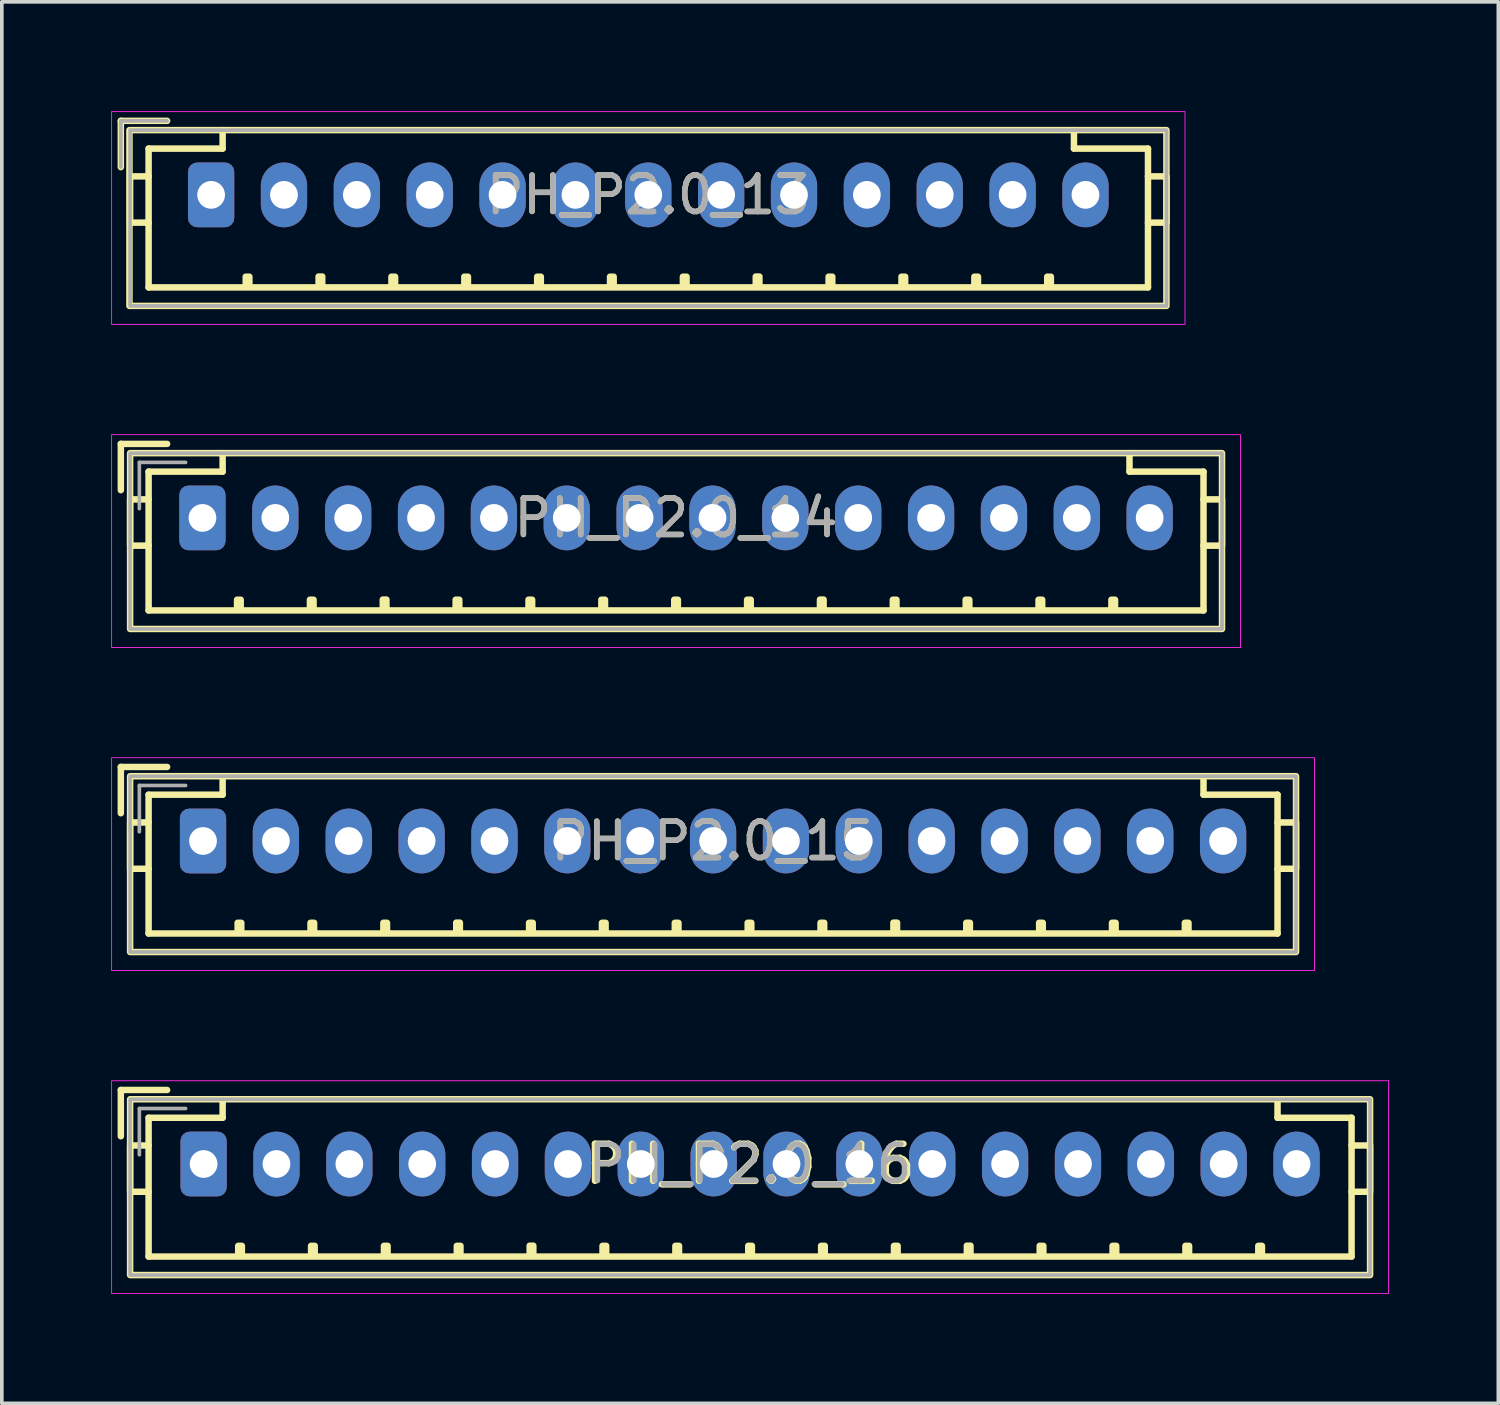
<source format=kicad_pcb>
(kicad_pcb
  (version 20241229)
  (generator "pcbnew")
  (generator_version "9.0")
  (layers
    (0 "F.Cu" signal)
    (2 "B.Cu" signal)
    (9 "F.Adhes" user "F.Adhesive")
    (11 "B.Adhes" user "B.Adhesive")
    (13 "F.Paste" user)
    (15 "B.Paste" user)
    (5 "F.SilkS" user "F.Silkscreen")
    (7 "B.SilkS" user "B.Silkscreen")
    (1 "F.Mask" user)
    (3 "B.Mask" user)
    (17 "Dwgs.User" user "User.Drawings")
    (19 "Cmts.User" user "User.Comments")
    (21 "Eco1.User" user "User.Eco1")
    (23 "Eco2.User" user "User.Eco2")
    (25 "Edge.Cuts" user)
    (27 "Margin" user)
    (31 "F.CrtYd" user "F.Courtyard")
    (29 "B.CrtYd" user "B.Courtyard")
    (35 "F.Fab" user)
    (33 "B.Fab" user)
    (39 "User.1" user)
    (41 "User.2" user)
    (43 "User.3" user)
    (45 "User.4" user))
  (footprint "PH_P2.0_14"
    (layer "F.Cu")
    (at 15.507 11.166)
    (property "Reference" "PH_P2.0_14" (at 0 0 0) (layer "F.SilkS") (effects (font (size 1 1) (thickness 0.15))))
    (attr through_hole)
    (fp_line (start -15.24 -2.032) (end -15.24 -0.762) (stroke (width 0.178) (type solid)) (layer "F.SilkS"))
    (fp_line (start -15.24 -2.032) (end -13.97 -2.032) (stroke (width 0.178) (type solid)) (layer "F.SilkS"))
    (fp_line (start -14.478 -1.27) (end -14.478 -0.508) (stroke (width 0.178) (type solid)) (layer "F.SilkS"))
    (fp_line (start -14.478 0.762) (end -14.478 2.54) (stroke (width 0.178) (type solid)) (layer "F.SilkS"))
    (fp_line (start -12.446 -1.778) (end -12.446 -1.27) (stroke (width 0.178) (type solid)) (layer "F.SilkS"))
    (fp_line (start -12.446 -1.27) (end -14.478 -1.27) (stroke (width 0.178) (type solid)) (layer "F.SilkS"))
    (fp_line (start 12.446 -1.778) (end 12.446 -1.27) (stroke (width 0.178) (type solid)) (layer "F.SilkS"))
    (fp_line (start 12.446 -1.27) (end 14.478 -1.27) (stroke (width 0.178) (type solid)) (layer "F.SilkS"))
    (fp_line (start 14.478 -1.27) (end 14.478 -0.508) (stroke (width 0.178) (type solid)) (layer "F.SilkS"))
    (fp_line (start 14.478 0.762) (end 14.478 2.54) (stroke (width 0.178) (type solid)) (layer "F.SilkS"))
    (fp_line (start 14.478 2.54) (end -14.478 2.54) (stroke (width 0.178) (type solid)) (layer "F.SilkS"))
    (fp_rect (start -14.986 -1.778) (end 14.986 3.048) (stroke (width 0.178) (type solid)) (fill no) (layer "F.SilkS"))
    (fp_rect (start -14.986 -0.508) (end -14.478 0.762) (stroke (width 0.178) (type solid)) (fill no) (layer "F.SilkS"))
    (fp_rect (start -12.05 2.246) (end -11.95 2.5) (stroke (width 0.178) (type solid)) (fill no) (layer "F.SilkS"))
    (fp_rect (start -10.05 2.246) (end -9.95 2.5) (stroke (width 0.178) (type solid)) (fill no) (layer "F.SilkS"))
    (fp_rect (start -8.05 2.242) (end -7.95 2.496) (stroke (width 0.178) (type solid)) (fill no) (layer "F.SilkS"))
    (fp_rect (start -6.05 2.246) (end -5.95 2.5) (stroke (width 0.178) (type solid)) (fill no) (layer "F.SilkS"))
    (fp_rect (start -4.05 2.246) (end -3.95 2.5) (stroke (width 0.178) (type solid)) (fill no) (layer "F.SilkS"))
    (fp_rect (start -2.05 2.246) (end -1.95 2.5) (stroke (width 0.178) (type solid)) (fill no) (layer "F.SilkS"))
    (fp_rect (start -0.05 2.246) (end 0.05 2.5) (stroke (width 0.178) (type solid)) (fill no) (layer "F.SilkS"))
    (fp_rect (start 1.95 2.246) (end 2.05 2.5) (stroke (width 0.178) (type solid)) (fill no) (layer "F.SilkS"))
    (fp_rect (start 3.95 2.242) (end 4.05 2.496) (stroke (width 0.178) (type solid)) (fill no) (layer "F.SilkS"))
    (fp_rect (start 5.95 2.246) (end 6.05 2.5) (stroke (width 0.178) (type solid)) (fill no) (layer "F.SilkS"))
    (fp_rect (start 7.95 2.246) (end 8.05 2.5) (stroke (width 0.178) (type solid)) (fill no) (layer "F.SilkS"))
    (fp_rect (start 9.95 2.246) (end 10.05 2.5) (stroke (width 0.178) (type solid)) (fill no) (layer "F.SilkS"))
    (fp_rect (start 11.95 2.246) (end 12.05 2.5) (stroke (width 0.178) (type solid)) (fill no) (layer "F.SilkS"))
    (fp_rect (start 14.478 -0.508) (end 14.986 0.762) (stroke (width 0.178) (type solid)) (fill no) (layer "F.SilkS"))
    (fp_rect (start -15.494 -2.286) (end 15.494 3.556) (stroke (width 0.025) (type solid)) (fill no) (layer "F.CrtYd"))
    (fp_line (start -14.732 -1.524) (end -14.732 -0.254) (stroke (width 0.1) (type solid)) (layer "F.Fab"))
    (fp_line (start -13.462 -1.524) (end -14.732 -1.524) (stroke (width 0.1) (type solid)) (layer "F.Fab"))
    (fp_rect (start -14.986 -1.778) (end 14.986 3.048) (stroke (width 0.1) (type solid)) (fill no) (layer "F.Fab"))
    (fp_text user "${REFERENCE}" (at 0 0 0) (layer "F.Fab") (effects (font (size 1 1) (thickness 0.15))))
    (pad "1" thru_hole roundrect (at -13 0) (size 1.27 1.778) (drill 0.762) (layers "*.Cu" "*.Mask") (roundrect_rratio 0.2))
    (pad "2" thru_hole oval (at -11 0) (size 1.27 1.778) (drill 0.762) (layers "*.Cu" "*.Mask"))
    (pad "3" thru_hole oval (at -9 0) (size 1.27 1.778) (drill 0.762) (layers "*.Cu" "*.Mask"))
    (pad "4" thru_hole oval (at -7 0) (size 1.27 1.778) (drill 0.762) (layers "*.Cu" "*.Mask"))
    (pad "5" thru_hole oval (at -5 0) (size 1.27 1.778) (drill 0.762) (layers "*.Cu" "*.Mask"))
    (pad "6" thru_hole oval (at -3 0) (size 1.27 1.778) (drill 0.762) (layers "*.Cu" "*.Mask"))
    (pad "7" thru_hole oval (at -1 0) (size 1.27 1.778) (drill 0.762) (layers "*.Cu" "*.Mask"))
    (pad "8" thru_hole oval (at 1 0) (size 1.27 1.778) (drill 0.762) (layers "*.Cu" "*.Mask"))
    (pad "9" thru_hole oval (at 3 0) (size 1.27 1.778) (drill 0.762) (layers "*.Cu" "*.Mask"))
    (pad "10" thru_hole oval (at 5 0) (size 1.27 1.778) (drill 0.762) (layers "*.Cu" "*.Mask"))
    (pad "11" thru_hole oval (at 7 0) (size 1.27 1.778) (drill 0.762) (layers "*.Cu" "*.Mask"))
    (pad "12" thru_hole oval (at 9 0) (size 1.27 1.778) (drill 0.762) (layers "*.Cu" "*.Mask"))
    (pad "13" thru_hole oval (at 11 0) (size 1.27 1.778) (drill 0.762) (layers "*.Cu" "*.Mask"))
    (pad "14" thru_hole oval (at 13 0) (size 1.27 1.778) (drill 0.762) (layers "*.Cu" "*.Mask")))
  (footprint "PH_P2.0_15"
    (layer "F.Cu")
    (at 16.523 20.034)
    (property "Reference" "PH_P2.0_15" (at 0 0 0) (layer "F.SilkS") (effects (font (size 1 1) (thickness 0.15))))
    (attr through_hole)
    (fp_line (start -16.256 -2.032) (end -16.256 -0.762) (stroke (width 0.178) (type solid)) (layer "F.SilkS"))
    (fp_line (start -16.256 -2.032) (end -14.986 -2.032) (stroke (width 0.178) (type solid)) (layer "F.SilkS"))
    (fp_line (start -15.494 -1.27) (end -15.494 -0.508) (stroke (width 0.178) (type solid)) (layer "F.SilkS"))
    (fp_line (start -15.494 0.762) (end -15.494 2.54) (stroke (width 0.178) (type solid)) (layer "F.SilkS"))
    (fp_line (start -13.462 -1.778) (end -13.462 -1.27) (stroke (width 0.178) (type solid)) (layer "F.SilkS"))
    (fp_line (start -13.462 -1.27) (end -15.494 -1.27) (stroke (width 0.178) (type solid)) (layer "F.SilkS"))
    (fp_line (start 13.462 -1.778) (end 13.462 -1.27) (stroke (width 0.178) (type solid)) (layer "F.SilkS"))
    (fp_line (start 13.462 -1.27) (end 15.494 -1.27) (stroke (width 0.178) (type solid)) (layer "F.SilkS"))
    (fp_line (start 15.494 -1.27) (end 15.494 -0.508) (stroke (width 0.178) (type solid)) (layer "F.SilkS"))
    (fp_line (start 15.494 0.762) (end 15.494 2.54) (stroke (width 0.178) (type solid)) (layer "F.SilkS"))
    (fp_line (start 15.494 2.54) (end -15.494 2.54) (stroke (width 0.178) (type solid)) (layer "F.SilkS"))
    (fp_rect (start -16.002 -1.778) (end 16.002 3.048) (stroke (width 0.178) (type solid)) (fill no) (layer "F.SilkS"))
    (fp_rect (start -16.002 -0.508) (end -15.494 0.762) (stroke (width 0.178) (type solid)) (fill no) (layer "F.SilkS"))
    (fp_rect (start -13.05 2.246) (end -12.95 2.5) (stroke (width 0.178) (type solid)) (fill no) (layer "F.SilkS"))
    (fp_rect (start -11.05 2.246) (end -10.95 2.5) (stroke (width 0.178) (type solid)) (fill no) (layer "F.SilkS"))
    (fp_rect (start -9.05 2.246) (end -8.95 2.5) (stroke (width 0.178) (type solid)) (fill no) (layer "F.SilkS"))
    (fp_rect (start -7.05 2.242) (end -6.95 2.496) (stroke (width 0.178) (type solid)) (fill no) (layer "F.SilkS"))
    (fp_rect (start -5.05 2.246) (end -4.95 2.5) (stroke (width 0.178) (type solid)) (fill no) (layer "F.SilkS"))
    (fp_rect (start -3.05 2.246) (end -2.95 2.5) (stroke (width 0.178) (type solid)) (fill no) (layer "F.SilkS"))
    (fp_rect (start -1.05 2.246) (end -0.95 2.5) (stroke (width 0.178) (type solid)) (fill no) (layer "F.SilkS"))
    (fp_rect (start 0.95 2.246) (end 1.05 2.5) (stroke (width 0.178) (type solid)) (fill no) (layer "F.SilkS"))
    (fp_rect (start 2.95 2.246) (end 3.05 2.5) (stroke (width 0.178) (type solid)) (fill no) (layer "F.SilkS"))
    (fp_rect (start 4.95 2.242) (end 5.05 2.496) (stroke (width 0.178) (type solid)) (fill no) (layer "F.SilkS"))
    (fp_rect (start 6.95 2.246) (end 7.05 2.5) (stroke (width 0.178) (type solid)) (fill no) (layer "F.SilkS"))
    (fp_rect (start 8.95 2.246) (end 9.05 2.5) (stroke (width 0.178) (type solid)) (fill no) (layer "F.SilkS"))
    (fp_rect (start 10.95 2.246) (end 11.05 2.5) (stroke (width 0.178) (type solid)) (fill no) (layer "F.SilkS"))
    (fp_rect (start 12.95 2.246) (end 13.05 2.5) (stroke (width 0.178) (type solid)) (fill no) (layer "F.SilkS"))
    (fp_rect (start 15.494 -0.508) (end 16.002 0.762) (stroke (width 0.178) (type solid)) (fill no) (layer "F.SilkS"))
    (fp_rect (start -16.51 -2.286) (end 16.51 3.556) (stroke (width 0.025) (type solid)) (fill no) (layer "F.CrtYd"))
    (fp_line (start -15.748 -1.524) (end -15.748 -0.254) (stroke (width 0.1) (type solid)) (layer "F.Fab"))
    (fp_line (start -14.478 -1.524) (end -15.748 -1.524) (stroke (width 0.1) (type solid)) (layer "F.Fab"))
    (fp_rect (start -16.002 -1.778) (end 16.002 3.048) (stroke (width 0.1) (type solid)) (fill no) (layer "F.Fab"))
    (fp_text user "${REFERENCE}" (at 0 0 0) (layer "F.Fab") (effects (font (size 1 1) (thickness 0.15))))
    (pad "1" thru_hole roundrect (at -14 0) (size 1.27 1.778) (drill 0.762) (layers "*.Cu" "*.Mask") (roundrect_rratio 0.2))
    (pad "2" thru_hole oval (at -12 0) (size 1.27 1.778) (drill 0.762) (layers "*.Cu" "*.Mask"))
    (pad "3" thru_hole oval (at -10 0) (size 1.27 1.778) (drill 0.762) (layers "*.Cu" "*.Mask"))
    (pad "4" thru_hole oval (at -8 0) (size 1.27 1.778) (drill 0.762) (layers "*.Cu" "*.Mask"))
    (pad "5" thru_hole oval (at -6 0) (size 1.27 1.778) (drill 0.762) (layers "*.Cu" "*.Mask"))
    (pad "6" thru_hole oval (at -4 0) (size 1.27 1.778) (drill 0.762) (layers "*.Cu" "*.Mask"))
    (pad "7" thru_hole oval (at -2 0) (size 1.27 1.778) (drill 0.762) (layers "*.Cu" "*.Mask"))
    (pad "8" thru_hole oval (at 0 0) (size 1.27 1.778) (drill 0.762) (layers "*.Cu" "*.Mask"))
    (pad "9" thru_hole oval (at 2 0) (size 1.27 1.778) (drill 0.762) (layers "*.Cu" "*.Mask"))
    (pad "10" thru_hole oval (at 4 0) (size 1.27 1.778) (drill 0.762) (layers "*.Cu" "*.Mask"))
    (pad "11" thru_hole oval (at 6 0) (size 1.27 1.778) (drill 0.762) (layers "*.Cu" "*.Mask"))
    (pad "12" thru_hole oval (at 8 0) (size 1.27 1.778) (drill 0.762) (layers "*.Cu" "*.Mask"))
    (pad "13" thru_hole oval (at 10 0) (size 1.27 1.778) (drill 0.762) (layers "*.Cu" "*.Mask"))
    (pad "14" thru_hole oval (at 12 0) (size 1.27 1.778) (drill 0.762) (layers "*.Cu" "*.Mask"))
    (pad "15" thru_hole oval (at 14 0) (size 1.27 1.778) (drill 0.762) (layers "*.Cu" "*.Mask")))
  (footprint "PH_P2.0_13"
    (layer "F.Cu")
    (at 14.745 2.299)
    (property "Reference" "PH_P2.0_13" (at 0 0 0) (layer "F.SilkS") (effects (font (size 1 1) (thickness 0.15))))
    (attr through_hole)
    (fp_line (start -14.478 -2.032) (end -14.478 -0.762) (stroke (width 0.178) (type solid)) (layer "F.SilkS"))
    (fp_line (start -14.478 -2.032) (end -13.208 -2.032) (stroke (width 0.178) (type solid)) (layer "F.SilkS"))
    (fp_line (start -13.716 -1.27) (end -13.716 -0.508) (stroke (width 0.178) (type solid)) (layer "F.SilkS"))
    (fp_line (start -13.716 0.762) (end -13.716 2.54) (stroke (width 0.178) (type solid)) (layer "F.SilkS"))
    (fp_line (start -11.684 -1.778) (end -11.684 -1.27) (stroke (width 0.178) (type solid)) (layer "F.SilkS"))
    (fp_line (start -11.684 -1.27) (end -13.716 -1.27) (stroke (width 0.178) (type solid)) (layer "F.SilkS"))
    (fp_line (start 11.684 -1.778) (end 11.684 -1.27) (stroke (width 0.178) (type solid)) (layer "F.SilkS"))
    (fp_line (start 11.684 -1.27) (end 13.716 -1.27) (stroke (width 0.178) (type solid)) (layer "F.SilkS"))
    (fp_line (start 13.716 -1.27) (end 13.716 -0.508) (stroke (width 0.178) (type solid)) (layer "F.SilkS"))
    (fp_line (start 13.716 0.762) (end 13.716 2.54) (stroke (width 0.178) (type solid)) (layer "F.SilkS"))
    (fp_line (start 13.716 2.54) (end -13.716 2.54) (stroke (width 0.178) (type solid)) (layer "F.SilkS"))
    (fp_rect (start -14.242 -1.778) (end 14.222 3.048) (stroke (width 0.178) (type solid)) (fill no) (layer "F.SilkS"))
    (fp_rect (start -14.224 -0.508) (end -13.716 0.762) (stroke (width 0.178) (type solid)) (fill no) (layer "F.SilkS"))
    (fp_rect (start -11.05 2.246) (end -10.95 2.5) (stroke (width 0.178) (type solid)) (fill no) (layer "F.SilkS"))
    (fp_rect (start -9.05 2.242) (end -8.95 2.496) (stroke (width 0.178) (type solid)) (fill no) (layer "F.SilkS"))
    (fp_rect (start -7.05 2.246) (end -6.95 2.5) (stroke (width 0.178) (type solid)) (fill no) (layer "F.SilkS"))
    (fp_rect (start -5.05 2.246) (end -4.95 2.5) (stroke (width 0.178) (type solid)) (fill no) (layer "F.SilkS"))
    (fp_rect (start -3.05 2.246) (end -2.95 2.5) (stroke (width 0.178) (type solid)) (fill no) (layer "F.SilkS"))
    (fp_rect (start -1.05 2.246) (end -0.95 2.5) (stroke (width 0.178) (type solid)) (fill no) (layer "F.SilkS"))
    (fp_rect (start 0.95 2.246) (end 1.05 2.5) (stroke (width 0.178) (type solid)) (fill no) (layer "F.SilkS"))
    (fp_rect (start 2.95 2.242) (end 3.05 2.496) (stroke (width 0.178) (type solid)) (fill no) (layer "F.SilkS"))
    (fp_rect (start 4.95 2.246) (end 5.05 2.5) (stroke (width 0.178) (type solid)) (fill no) (layer "F.SilkS"))
    (fp_rect (start 6.95 2.246) (end 7.05 2.5) (stroke (width 0.178) (type solid)) (fill no) (layer "F.SilkS"))
    (fp_rect (start 8.95 2.246) (end 9.05 2.5) (stroke (width 0.178) (type solid)) (fill no) (layer "F.SilkS"))
    (fp_rect (start 10.95 2.246) (end 11.05 2.5) (stroke (width 0.178) (type solid)) (fill no) (layer "F.SilkS"))
    (fp_rect (start 13.716 -0.508) (end 14.224 0.762) (stroke (width 0.178) (type solid)) (fill no) (layer "F.SilkS"))
    (fp_rect (start -14.732 -2.286) (end 14.732 3.556) (stroke (width 0.025) (type solid)) (fill no) (layer "F.CrtYd"))
    (fp_line (start -14.478 -2.032) (end -14.478 -0.762) (stroke (width 0.1) (type solid)) (layer "F.Fab"))
    (fp_line (start -13.208 -2.032) (end -14.478 -2.032) (stroke (width 0.1) (type solid)) (layer "F.Fab"))
    (fp_rect (start -14.224 -1.778) (end 14.224 3.048) (stroke (width 0.1) (type solid)) (fill no) (layer "F.Fab"))
    (fp_text user "${REFERENCE}" (at 0 0 0) (layer "F.Fab") (effects (font (size 1 1) (thickness 0.15))))
    (pad "1" thru_hole roundrect (at -12 0) (size 1.27 1.778) (drill 0.762) (layers "*.Cu" "*.Mask") (roundrect_rratio 0.2))
    (pad "2" thru_hole oval (at -10 0) (size 1.27 1.778) (drill 0.762) (layers "*.Cu" "*.Mask"))
    (pad "3" thru_hole oval (at -8 0) (size 1.27 1.778) (drill 0.762) (layers "*.Cu" "*.Mask"))
    (pad "4" thru_hole oval (at -6 0) (size 1.27 1.778) (drill 0.762) (layers "*.Cu" "*.Mask"))
    (pad "5" thru_hole oval (at -4 0) (size 1.27 1.778) (drill 0.762) (layers "*.Cu" "*.Mask"))
    (pad "6" thru_hole oval (at -2 0) (size 1.27 1.778) (drill 0.762) (layers "*.Cu" "*.Mask"))
    (pad "7" thru_hole oval (at 0 0) (size 1.27 1.778) (drill 0.762) (layers "*.Cu" "*.Mask"))
    (pad "8" thru_hole oval (at 2 0) (size 1.27 1.778) (drill 0.762) (layers "*.Cu" "*.Mask"))
    (pad "9" thru_hole oval (at 4 0) (size 1.27 1.778) (drill 0.762) (layers "*.Cu" "*.Mask"))
    (pad "10" thru_hole oval (at 6 0) (size 1.27 1.778) (drill 0.762) (layers "*.Cu" "*.Mask"))
    (pad "11" thru_hole oval (at 8 0) (size 1.27 1.778) (drill 0.762) (layers "*.Cu" "*.Mask"))
    (pad "12" thru_hole oval (at 10 0) (size 1.27 1.778) (drill 0.762) (layers "*.Cu" "*.Mask"))
    (pad "13" thru_hole oval (at 12 0) (size 1.27 1.778) (drill 0.762) (layers "*.Cu" "*.Mask")))
  (footprint "PH_P2.0_16"
    (layer "F.Cu")
    (at 17.539 28.901)
    (property "Reference" "PH_P2.0_16" (at 0 0 0) (layer "F.SilkS") (effects (font (size 1.016 1.016) (thickness 0.178))))
    (attr through_hole)
    (fp_line (start -17.272 -2.032) (end -17.272 -0.762) (stroke (width 0.178) (type solid)) (layer "F.SilkS"))
    (fp_line (start -17.272 -2.032) (end -16.002 -2.032) (stroke (width 0.178) (type solid)) (layer "F.SilkS"))
    (fp_line (start -16.51 -1.27) (end -16.51 -0.508) (stroke (width 0.178) (type solid)) (layer "F.SilkS"))
    (fp_line (start -16.51 0.762) (end -16.51 2.54) (stroke (width 0.178) (type solid)) (layer "F.SilkS"))
    (fp_line (start -14.478 -1.778) (end -14.478 -1.27) (stroke (width 0.178) (type solid)) (layer "F.SilkS"))
    (fp_line (start -14.478 -1.27) (end -16.51 -1.27) (stroke (width 0.178) (type solid)) (layer "F.SilkS"))
    (fp_line (start 14.478 -1.778) (end 14.478 -1.27) (stroke (width 0.178) (type solid)) (layer "F.SilkS"))
    (fp_line (start 14.478 -1.27) (end 16.51 -1.27) (stroke (width 0.178) (type solid)) (layer "F.SilkS"))
    (fp_line (start 16.51 -1.27) (end 16.51 -0.508) (stroke (width 0.178) (type solid)) (layer "F.SilkS"))
    (fp_line (start 16.51 0.762) (end 16.51 2.54) (stroke (width 0.178) (type solid)) (layer "F.SilkS"))
    (fp_line (start 16.51 2.54) (end -16.51 2.54) (stroke (width 0.178) (type solid)) (layer "F.SilkS"))
    (fp_rect (start -17.018 -1.778) (end 17.018 3.048) (stroke (width 0.178) (type solid)) (fill no) (layer "F.SilkS"))
    (fp_rect (start -17.018 -0.508) (end -16.51 0.762) (stroke (width 0.178) (type solid)) (fill no) (layer "F.SilkS"))
    (fp_rect (start -14.05 2.246) (end -13.95 2.5) (stroke (width 0.178) (type solid)) (fill no) (layer "F.SilkS"))
    (fp_rect (start -12.05 2.246) (end -11.95 2.5) (stroke (width 0.178) (type solid)) (fill no) (layer "F.SilkS"))
    (fp_rect (start -10.05 2.246) (end -9.95 2.5) (stroke (width 0.178) (type solid)) (fill no) (layer "F.SilkS"))
    (fp_rect (start -8.05 2.246) (end -7.95 2.5) (stroke (width 0.178) (type solid)) (fill no) (layer "F.SilkS"))
    (fp_rect (start -6.05 2.242) (end -5.95 2.496) (stroke (width 0.178) (type solid)) (fill no) (layer "F.SilkS"))
    (fp_rect (start -4.05 2.246) (end -3.95 2.5) (stroke (width 0.178) (type solid)) (fill no) (layer "F.SilkS"))
    (fp_rect (start -2.05 2.246) (end -1.95 2.5) (stroke (width 0.178) (type solid)) (fill no) (layer "F.SilkS"))
    (fp_rect (start -0.05 2.246) (end 0.05 2.5) (stroke (width 0.178) (type solid)) (fill no) (layer "F.SilkS"))
    (fp_rect (start 1.95 2.246) (end 2.05 2.5) (stroke (width 0.178) (type solid)) (fill no) (layer "F.SilkS"))
    (fp_rect (start 3.95 2.246) (end 4.05 2.5) (stroke (width 0.178) (type solid)) (fill no) (layer "F.SilkS"))
    (fp_rect (start 5.95 2.242) (end 6.05 2.496) (stroke (width 0.178) (type solid)) (fill no) (layer "F.SilkS"))
    (fp_rect (start 7.95 2.246) (end 8.05 2.5) (stroke (width 0.178) (type solid)) (fill no) (layer "F.SilkS"))
    (fp_rect (start 9.95 2.246) (end 10.05 2.5) (stroke (width 0.178) (type solid)) (fill no) (layer "F.SilkS"))
    (fp_rect (start 11.95 2.246) (end 12.05 2.5) (stroke (width 0.178) (type solid)) (fill no) (layer "F.SilkS"))
    (fp_rect (start 13.95 2.246) (end 14.05 2.5) (stroke (width 0.178) (type solid)) (fill no) (layer "F.SilkS"))
    (fp_rect (start 16.51 -0.508) (end 17.018 0.762) (stroke (width 0.178) (type solid)) (fill no) (layer "F.SilkS"))
    (fp_rect (start -17.526 -2.286) (end 17.526 3.556) (stroke (width 0.025) (type solid)) (fill no) (layer "F.CrtYd"))
    (fp_line (start -16.764 -1.524) (end -16.764 -0.254) (stroke (width 0.1) (type solid)) (layer "F.Fab"))
    (fp_line (start -15.494 -1.524) (end -16.764 -1.524) (stroke (width 0.1) (type solid)) (layer "F.Fab"))
    (fp_rect (start -17.018 -1.778) (end 17.018 3.048) (stroke (width 0.1) (type solid)) (fill no) (layer "F.Fab"))
    (fp_text user "${REFERENCE}" (at 0 0 0) (layer "F.Fab") (effects (font (size 1 1) (thickness 0.15))))
    (pad "1" thru_hole roundrect (at -15 0) (size 1.27 1.778) (drill 0.762) (layers "*.Cu" "*.Mask") (roundrect_rratio 0.2))
    (pad "2" thru_hole oval (at -13 0) (size 1.27 1.778) (drill 0.762) (layers "*.Cu" "*.Mask"))
    (pad "3" thru_hole oval (at -11 0) (size 1.27 1.778) (drill 0.762) (layers "*.Cu" "*.Mask"))
    (pad "4" thru_hole oval (at -9 0) (size 1.27 1.778) (drill 0.762) (layers "*.Cu" "*.Mask"))
    (pad "5" thru_hole oval (at -7 0) (size 1.27 1.778) (drill 0.762) (layers "*.Cu" "*.Mask"))
    (pad "6" thru_hole oval (at -5 0) (size 1.27 1.778) (drill 0.762) (layers "*.Cu" "*.Mask"))
    (pad "7" thru_hole oval (at -3 0) (size 1.27 1.778) (drill 0.762) (layers "*.Cu" "*.Mask"))
    (pad "8" thru_hole oval (at -1 0) (size 1.27 1.778) (drill 0.762) (layers "*.Cu" "*.Mask"))
    (pad "9" thru_hole oval (at 1 0) (size 1.27 1.778) (drill 0.762) (layers "*.Cu" "*.Mask"))
    (pad "10" thru_hole oval (at 3 0) (size 1.27 1.778) (drill 0.762) (layers "*.Cu" "*.Mask"))
    (pad "11" thru_hole oval (at 5 0) (size 1.27 1.778) (drill 0.762) (layers "*.Cu" "*.Mask"))
    (pad "12" thru_hole oval (at 7 0) (size 1.27 1.778) (drill 0.762) (layers "*.Cu" "*.Mask"))
    (pad "13" thru_hole oval (at 9 0) (size 1.27 1.778) (drill 0.762) (layers "*.Cu" "*.Mask"))
    (pad "14" thru_hole oval (at 11 0) (size 1.27 1.778) (drill 0.762) (layers "*.Cu" "*.Mask"))
    (pad "15" thru_hole oval (at 13 0) (size 1.27 1.778) (drill 0.762) (layers "*.Cu" "*.Mask"))
    (pad "16" thru_hole oval (at 15 0) (size 1.27 1.778) (drill 0.762) (layers "*.Cu" "*.Mask")))
  (gr_rect
    (start -3 -3)
    (end 38.077 35.47)
    (stroke (width 0.1) (type default))
    (fill no)
    (layer "Edge.Cuts")))
</source>
